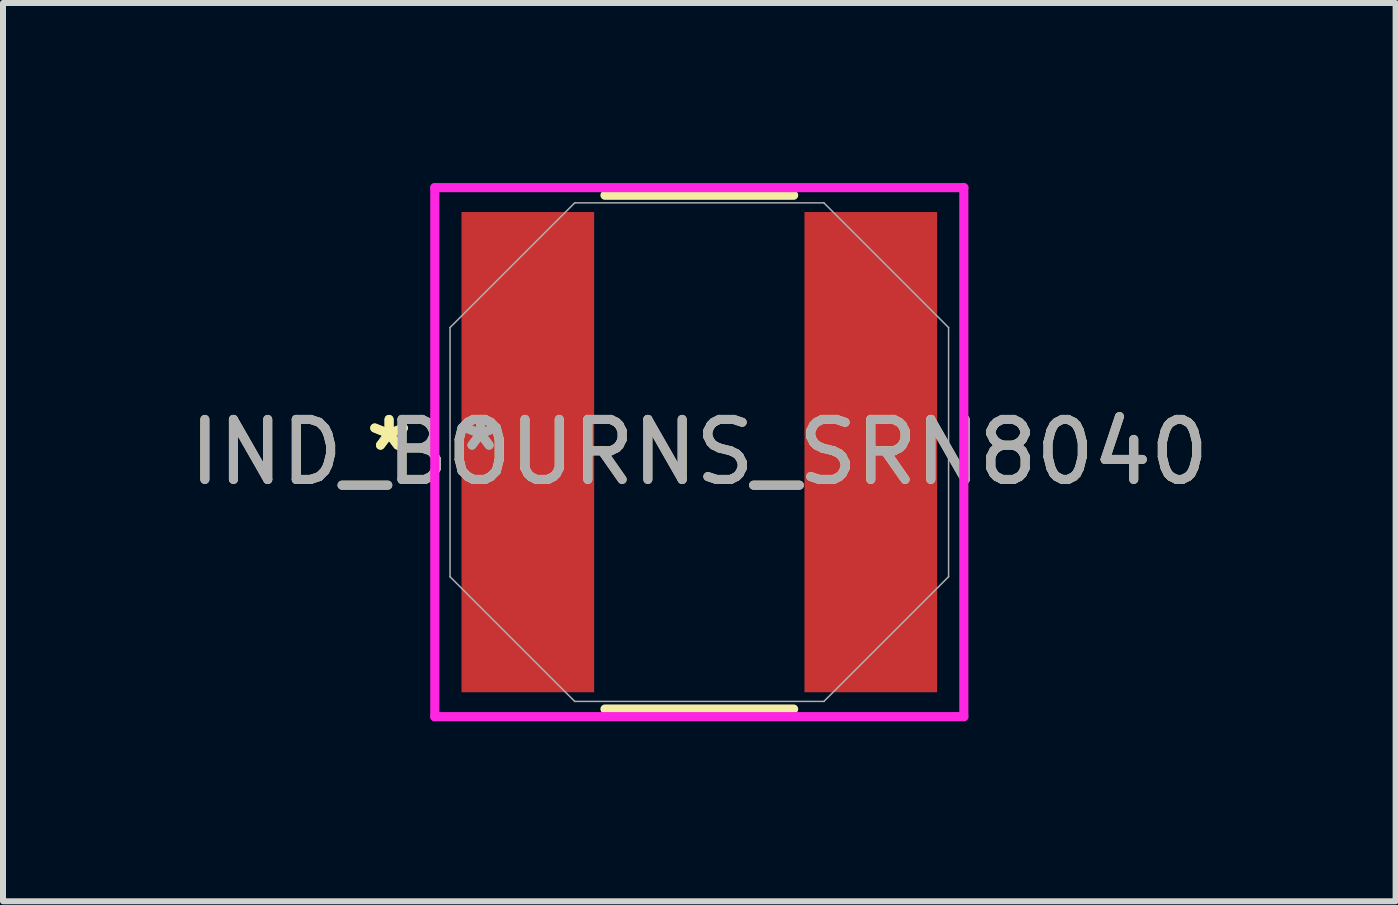
<source format=kicad_pcb>
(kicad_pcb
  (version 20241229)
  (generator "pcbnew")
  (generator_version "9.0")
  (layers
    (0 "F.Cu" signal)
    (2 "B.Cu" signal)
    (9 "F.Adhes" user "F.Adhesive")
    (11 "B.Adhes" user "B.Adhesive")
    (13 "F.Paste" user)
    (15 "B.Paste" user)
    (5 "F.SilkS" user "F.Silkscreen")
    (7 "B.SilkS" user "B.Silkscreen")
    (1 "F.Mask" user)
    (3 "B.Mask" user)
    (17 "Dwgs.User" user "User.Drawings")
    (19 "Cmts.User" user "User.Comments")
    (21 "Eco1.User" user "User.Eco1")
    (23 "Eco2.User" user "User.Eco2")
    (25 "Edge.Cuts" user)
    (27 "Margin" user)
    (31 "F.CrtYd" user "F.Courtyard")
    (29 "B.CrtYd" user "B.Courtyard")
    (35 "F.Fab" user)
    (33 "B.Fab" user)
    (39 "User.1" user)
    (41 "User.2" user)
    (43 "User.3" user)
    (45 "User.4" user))
  (footprint "IND_BOURNS_SRN8040"
    (layer "F.Cu")
    (at 8.601 4.483)
    (property "Reference" "IND_BOURNS_SRN8040" (at 0 0 0) (unlocked yes) (layer "F.SilkS") (effects (font (size 1 1) (thickness 0.15))))
    (attr smd)
    (fp_line (start -1.572 4.28) (end 1.572 4.28) (stroke (width 0.152) (type solid)) (layer "F.SilkS"))
    (fp_line (start 1.572 -4.28) (end -1.572 -4.28) (stroke (width 0.152) (type solid)) (layer "F.SilkS"))
    (fp_line (start -4.407 -4.407) (end 4.407 -4.407) (stroke (width 0.152) (type solid)) (layer "F.CrtYd"))
    (fp_line (start -4.407 4.407) (end -4.407 -4.407) (stroke (width 0.152) (type solid)) (layer "F.CrtYd"))
    (fp_line (start 4.407 -4.407) (end 4.407 4.407) (stroke (width 0.152) (type solid)) (layer "F.CrtYd"))
    (fp_line (start 4.407 4.407) (end -4.407 4.407) (stroke (width 0.152) (type solid)) (layer "F.CrtYd"))
    (fp_line (start -4.153 -2.076) (end -4.153 2.076) (stroke (width 0.025) (type solid)) (layer "F.Fab"))
    (fp_line (start -4.153 2.076) (end -2.076 4.153) (stroke (width 0.025) (type solid)) (layer "F.Fab"))
    (fp_line (start -2.076 -4.153) (end -4.153 -2.076) (stroke (width 0.025) (type solid)) (layer "F.Fab"))
    (fp_line (start -2.076 4.153) (end 2.076 4.153) (stroke (width 0.025) (type solid)) (layer "F.Fab"))
    (fp_line (start 2.076 -4.153) (end -2.076 -4.153) (stroke (width 0.025) (type solid)) (layer "F.Fab"))
    (fp_line (start 2.076 4.153) (end 4.153 2.076) (stroke (width 0.025) (type solid)) (layer "F.Fab"))
    (fp_line (start 4.153 -2.076) (end 2.076 -4.153) (stroke (width 0.025) (type solid)) (layer "F.Fab"))
    (fp_line (start 4.153 2.076) (end 4.153 -2.076) (stroke (width 0.025) (type solid)) (layer "F.Fab"))
    (fp_text user "*" (at -5.169 0 0) (unlocked yes) (layer "F.SilkS") (effects (font (size 1 1) (thickness 0.15))))
    (fp_text user "*" (at -5.169 0 0) (layer "F.SilkS") (effects (font (size 1 1) (thickness 0.15))))
    (fp_text user "*" (at -3.645 0 0) (layer "F.Fab") (effects (font (size 1 1) (thickness 0.15))))
    (fp_text user "${REFERENCE}" (at 0 0 0) (unlocked yes) (layer "F.Fab") (effects (font (size 1 1) (thickness 0.15))))
    (fp_text user "*" (at -3.645 0 0) (unlocked yes) (layer "F.Fab") (effects (font (size 1 1) (thickness 0.15))))
    (pad "1" smd rect (at -2.857 0) (size 2.21 8.001) (layers "F.Cu" "F.Mask" "F.Paste"))
    (pad "2" smd rect (at 2.857 0) (size 2.21 8.001) (layers "F.Cu" "F.Mask" "F.Paste")))
  (gr_rect
    (start -3 -3)
    (end 20.202 11.966)
    (stroke (width 0.1) (type default))
    (fill no)
    (layer "Edge.Cuts")))
</source>
